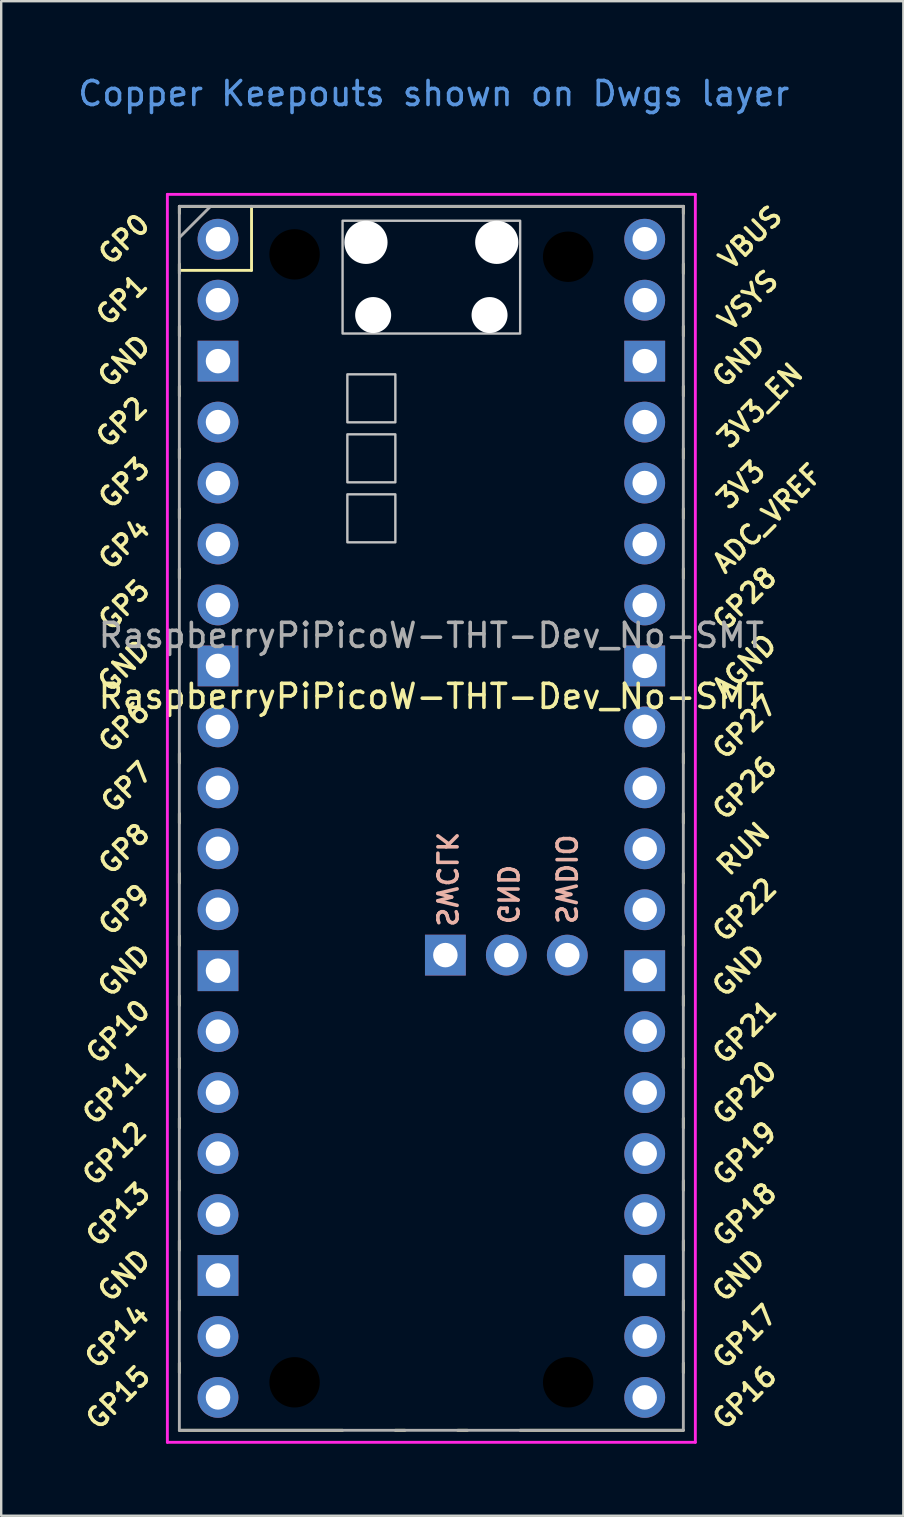
<source format=kicad_pcb>
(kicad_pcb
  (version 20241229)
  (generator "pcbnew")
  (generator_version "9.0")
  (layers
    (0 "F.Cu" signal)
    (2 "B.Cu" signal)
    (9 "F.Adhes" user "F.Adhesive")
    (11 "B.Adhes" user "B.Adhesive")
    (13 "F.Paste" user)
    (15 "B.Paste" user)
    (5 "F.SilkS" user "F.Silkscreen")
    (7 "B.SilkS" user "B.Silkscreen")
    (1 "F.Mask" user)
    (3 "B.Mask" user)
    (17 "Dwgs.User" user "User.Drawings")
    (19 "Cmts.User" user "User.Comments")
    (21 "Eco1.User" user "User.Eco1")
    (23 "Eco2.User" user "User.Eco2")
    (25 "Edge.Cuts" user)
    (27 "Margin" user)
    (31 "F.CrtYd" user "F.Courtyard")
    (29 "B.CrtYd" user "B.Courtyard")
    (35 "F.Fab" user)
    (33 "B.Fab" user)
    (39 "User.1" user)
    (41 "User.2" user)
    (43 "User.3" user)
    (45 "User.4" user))
  (footprint "RaspberryPiPicoW-THT-Dev_No-SMT"
    (layer "F.Cu")
    (at 14.924 31.048)
    (property "Reference" "RaspberryPiPicoW-THT-Dev_No-SMT" (at 0 -5.08 0) (layer "F.SilkS") (effects (font (size 1 1) (thickness 0.15))))
    (attr through_hole)
    (fp_line (start -10.5 -25.5) (end -10.5 -25.2) (stroke (width 0.12) (type solid)) (layer "F.SilkS"))
    (fp_line (start -10.5 -25.5) (end 10.5 -25.5) (stroke (width 0.12) (type solid)) (layer "F.SilkS"))
    (fp_line (start -10.5 -23.1) (end -10.5 -22.7) (stroke (width 0.12) (type solid)) (layer "F.SilkS"))
    (fp_line (start -10.5 -22.833) (end -7.493 -22.833) (stroke (width 0.12) (type solid)) (layer "F.SilkS"))
    (fp_line (start -10.5 -20.5) (end -10.5 -20.1) (stroke (width 0.12) (type solid)) (layer "F.SilkS"))
    (fp_line (start -10.5 -18) (end -10.5 -17.6) (stroke (width 0.12) (type solid)) (layer "F.SilkS"))
    (fp_line (start -10.5 -15.4) (end -10.5 -15) (stroke (width 0.12) (type solid)) (layer "F.SilkS"))
    (fp_line (start -10.5 -12.9) (end -10.5 -12.5) (stroke (width 0.12) (type solid)) (layer "F.SilkS"))
    (fp_line (start -10.5 -10.4) (end -10.5 -10) (stroke (width 0.12) (type solid)) (layer "F.SilkS"))
    (fp_line (start -10.5 -7.8) (end -10.5 -7.4) (stroke (width 0.12) (type solid)) (layer "F.SilkS"))
    (fp_line (start -10.5 -5.3) (end -10.5 -4.9) (stroke (width 0.12) (type solid)) (layer "F.SilkS"))
    (fp_line (start -10.5 -2.7) (end -10.5 -2.3) (stroke (width 0.12) (type solid)) (layer "F.SilkS"))
    (fp_line (start -10.5 -0.2) (end -10.5 0.2) (stroke (width 0.12) (type solid)) (layer "F.SilkS"))
    (fp_line (start -10.5 2.3) (end -10.5 2.7) (stroke (width 0.12) (type solid)) (layer "F.SilkS"))
    (fp_line (start -10.5 4.9) (end -10.5 5.3) (stroke (width 0.12) (type solid)) (layer "F.SilkS"))
    (fp_line (start -10.5 7.4) (end -10.5 7.8) (stroke (width 0.12) (type solid)) (layer "F.SilkS"))
    (fp_line (start -10.5 10) (end -10.5 10.4) (stroke (width 0.12) (type solid)) (layer "F.SilkS"))
    (fp_line (start -10.5 12.5) (end -10.5 12.9) (stroke (width 0.12) (type solid)) (layer "F.SilkS"))
    (fp_line (start -10.5 15.1) (end -10.5 15.5) (stroke (width 0.12) (type solid)) (layer "F.SilkS"))
    (fp_line (start -10.5 17.6) (end -10.5 18) (stroke (width 0.12) (type solid)) (layer "F.SilkS"))
    (fp_line (start -10.5 20.1) (end -10.5 20.5) (stroke (width 0.12) (type solid)) (layer "F.SilkS"))
    (fp_line (start -10.5 22.7) (end -10.5 23.1) (stroke (width 0.12) (type solid)) (layer "F.SilkS"))
    (fp_line (start -7.493 -22.833) (end -7.493 -25.5) (stroke (width 0.12) (type solid)) (layer "F.SilkS"))
    (fp_line (start -3.7 25.5) (end -10.5 25.5) (stroke (width 0.12) (type solid)) (layer "F.SilkS"))
    (fp_line (start -1.5 25.5) (end -1.1 25.5) (stroke (width 0.12) (type solid)) (layer "F.SilkS"))
    (fp_line (start 1.1 25.5) (end 1.5 25.5) (stroke (width 0.12) (type solid)) (layer "F.SilkS"))
    (fp_line (start 10.5 -25.5) (end 10.5 -25.2) (stroke (width 0.12) (type solid)) (layer "F.SilkS"))
    (fp_line (start 10.5 -23.1) (end 10.5 -22.7) (stroke (width 0.12) (type solid)) (layer "F.SilkS"))
    (fp_line (start 10.5 -20.5) (end 10.5 -20.1) (stroke (width 0.12) (type solid)) (layer "F.SilkS"))
    (fp_line (start 10.5 -18) (end 10.5 -17.6) (stroke (width 0.12) (type solid)) (layer "F.SilkS"))
    (fp_line (start 10.5 -15.4) (end 10.5 -15) (stroke (width 0.12) (type solid)) (layer "F.SilkS"))
    (fp_line (start 10.5 -12.9) (end 10.5 -12.5) (stroke (width 0.12) (type solid)) (layer "F.SilkS"))
    (fp_line (start 10.5 -10.4) (end 10.5 -10) (stroke (width 0.12) (type solid)) (layer "F.SilkS"))
    (fp_line (start 10.5 -7.8) (end 10.5 -7.4) (stroke (width 0.12) (type solid)) (layer "F.SilkS"))
    (fp_line (start 10.5 -5.3) (end 10.5 -4.9) (stroke (width 0.12) (type solid)) (layer "F.SilkS"))
    (fp_line (start 10.5 -2.7) (end 10.5 -2.3) (stroke (width 0.12) (type solid)) (layer "F.SilkS"))
    (fp_line (start 10.5 -0.2) (end 10.5 0.2) (stroke (width 0.12) (type solid)) (layer "F.SilkS"))
    (fp_line (start 10.5 2.3) (end 10.5 2.7) (stroke (width 0.12) (type solid)) (layer "F.SilkS"))
    (fp_line (start 10.5 4.9) (end 10.5 5.3) (stroke (width 0.12) (type solid)) (layer "F.SilkS"))
    (fp_line (start 10.5 7.4) (end 10.5 7.8) (stroke (width 0.12) (type solid)) (layer "F.SilkS"))
    (fp_line (start 10.5 10) (end 10.5 10.4) (stroke (width 0.12) (type solid)) (layer "F.SilkS"))
    (fp_line (start 10.5 12.5) (end 10.5 12.9) (stroke (width 0.12) (type solid)) (layer "F.SilkS"))
    (fp_line (start 10.5 15.1) (end 10.5 15.5) (stroke (width 0.12) (type solid)) (layer "F.SilkS"))
    (fp_line (start 10.5 17.6) (end 10.5 18) (stroke (width 0.12) (type solid)) (layer "F.SilkS"))
    (fp_line (start 10.5 20.1) (end 10.5 20.5) (stroke (width 0.12) (type solid)) (layer "F.SilkS"))
    (fp_line (start 10.5 22.7) (end 10.5 23.1) (stroke (width 0.12) (type solid)) (layer "F.SilkS"))
    (fp_line (start 10.5 25.5) (end 3.7 25.5) (stroke (width 0.12) (type solid)) (layer "F.SilkS"))
    (fp_poly (pts (xy -1.5 -16.5) (xy -3.5 -16.5) (xy -3.5 -18.5) (xy -1.5 -18.5)) (stroke (width 0.1) (type solid)) (fill no) (layer "Dwgs.User"))
    (fp_poly (pts (xy -1.5 -14) (xy -3.5 -14) (xy -3.5 -16) (xy -1.5 -16)) (stroke (width 0.1) (type solid)) (fill no) (layer "Dwgs.User"))
    (fp_poly (pts (xy -1.5 -11.5) (xy -3.5 -11.5) (xy -3.5 -13.5) (xy -1.5 -13.5)) (stroke (width 0.1) (type solid)) (fill no) (layer "Dwgs.User"))
    (fp_poly (pts (xy 3.7 -20.2) (xy -3.7 -20.2) (xy -3.7 -24.9) (xy 3.7 -24.9)) (stroke (width 0.1) (type solid)) (fill no) (layer "Dwgs.User"))
    (fp_line (start -11 -26) (end 11 -26) (stroke (width 0.12) (type solid)) (layer "F.CrtYd"))
    (fp_line (start -11 26) (end -11 -26) (stroke (width 0.12) (type solid)) (layer "F.CrtYd"))
    (fp_line (start 11 -26) (end 11 26) (stroke (width 0.12) (type solid)) (layer "F.CrtYd"))
    (fp_line (start 11 26) (end -11 26) (stroke (width 0.12) (type solid)) (layer "F.CrtYd"))
    (fp_line (start -10.5 -25.5) (end 10.5 -25.5) (stroke (width 0.12) (type solid)) (layer "F.Fab"))
    (fp_line (start -10.5 -24.2) (end -9.2 -25.5) (stroke (width 0.12) (type solid)) (layer "F.Fab"))
    (fp_line (start -10.5 25.5) (end -10.5 -25.5) (stroke (width 0.12) (type solid)) (layer "F.Fab"))
    (fp_line (start 10.5 -25.5) (end 10.5 25.5) (stroke (width 0.12) (type solid)) (layer "F.Fab"))
    (fp_line (start 10.5 25.5) (end -10.5 25.5) (stroke (width 0.12) (type solid)) (layer "F.Fab"))
    (fp_text user "GP20" (at 13.054 11.43 45) (layer "F.SilkS") (effects (font (size 0.8 0.8) (thickness 0.15))))
    (fp_text user "GP15" (at -13.054 24.13 45) (layer "F.SilkS") (effects (font (size 0.8 0.8) (thickness 0.15))))
    (fp_text user "GP11" (at -13.2 11.43 45) (layer "F.SilkS") (effects (font (size 0.8 0.8) (thickness 0.15))))
    (fp_text user "GP14" (at -13.1 21.59 45) (layer "F.SilkS") (effects (font (size 0.8 0.8) (thickness 0.15))))
    (fp_text user "GND" (at -12.8 -19.05 45) (layer "F.SilkS") (effects (font (size 0.8 0.8) (thickness 0.15))))
    (fp_text user "GND" (at -12.8 -6.35 45) (layer "F.SilkS") (effects (font (size 0.8 0.8) (thickness 0.15))))
    (fp_text user "GP27" (at 13.054 -3.8 45) (layer "F.SilkS") (effects (font (size 0.8 0.8) (thickness 0.15))))
    (fp_text user "GND" (at 12.8 19.05 45) (layer "F.SilkS") (effects (font (size 0.8 0.8) (thickness 0.15))))
    (fp_text user "GP2" (at -12.9 -16.51 45) (layer "F.SilkS") (effects (font (size 0.8 0.8) (thickness 0.15))))
    (fp_text user "GP3" (at -12.8 -13.97 45) (layer "F.SilkS") (effects (font (size 0.8 0.8) (thickness 0.15))))
    (fp_text user "GP8" (at -12.8 1.27 45) (layer "F.SilkS") (effects (font (size 0.8 0.8) (thickness 0.15))))
    (fp_text user "ADC_VREF" (at 14 -12.5 45) (layer "F.SilkS") (effects (font (size 0.8 0.8) (thickness 0.15))))
    (fp_text user "GP9" (at -12.8 3.81 45) (layer "F.SilkS") (effects (font (size 0.8 0.8) (thickness 0.15))))
    (fp_text user "GND" (at -12.8 19.05 45) (layer "F.SilkS") (effects (font (size 0.8 0.8) (thickness 0.15))))
    (fp_text user "VBUS" (at 13.3 -24.2 45) (layer "F.SilkS") (effects (font (size 0.8 0.8) (thickness 0.15))))
    (fp_text user "GND" (at 12.8 6.35 45) (layer "F.SilkS") (effects (font (size 0.8 0.8) (thickness 0.15))))
    (fp_text user "GP16" (at 13.054 24.13 45) (layer "F.SilkS") (effects (font (size 0.8 0.8) (thickness 0.15))))
    (fp_text user "VSYS" (at 13.2 -21.59 45) (layer "F.SilkS") (effects (font (size 0.8 0.8) (thickness 0.15))))
    (fp_text user "GP4" (at -12.8 -11.43 45) (layer "F.SilkS") (effects (font (size 0.8 0.8) (thickness 0.15))))
    (fp_text user "3V3" (at 12.9 -13.9 45) (layer "F.SilkS") (effects (font (size 0.8 0.8) (thickness 0.15))))
    (fp_text user "GP22" (at 13.054 3.81 45) (layer "F.SilkS") (effects (font (size 0.8 0.8) (thickness 0.15))))
    (fp_text user "GP7" (at -12.7 -1.3 45) (layer "F.SilkS") (effects (font (size 0.8 0.8) (thickness 0.15))))
    (fp_text user "GND" (at 12.8 -19.05 45) (layer "F.SilkS") (effects (font (size 0.8 0.8) (thickness 0.15))))
    (fp_text user "GP10" (at -13.054 8.89 45) (layer "F.SilkS") (effects (font (size 0.8 0.8) (thickness 0.15))))
    (fp_text user "AGND" (at 13.054 -6.35 45) (layer "F.SilkS") (effects (font (size 0.8 0.8) (thickness 0.15))))
    (fp_text user "GP5" (at -12.8 -8.89 45) (layer "F.SilkS") (effects (font (size 0.8 0.8) (thickness 0.15))))
    (fp_text user "GP17" (at 13.054 21.59 45) (layer "F.SilkS") (effects (font (size 0.8 0.8) (thickness 0.15))))
    (fp_text user "GP19" (at 13.054 13.97 45) (layer "F.SilkS") (effects (font (size 0.8 0.8) (thickness 0.15))))
    (fp_text user "GP13" (at -13.054 16.51 45) (layer "F.SilkS") (effects (font (size 0.8 0.8) (thickness 0.15))))
    (fp_text user "GP1" (at -12.9 -21.6 45) (layer "F.SilkS") (effects (font (size 0.8 0.8) (thickness 0.15))))
    (fp_text user "GP21" (at 13.054 8.9 45) (layer "F.SilkS") (effects (font (size 0.8 0.8) (thickness 0.15))))
    (fp_text user "GP6" (at -12.8 -3.81 45) (layer "F.SilkS") (effects (font (size 0.8 0.8) (thickness 0.15))))
    (fp_text user "3V3_EN" (at 13.7 -17.2 45) (layer "F.SilkS") (effects (font (size 0.8 0.8) (thickness 0.15))))
    (fp_text user "GND" (at -12.8 6.35 45) (layer "F.SilkS") (effects (font (size 0.8 0.8) (thickness 0.15))))
    (fp_text user "GP18" (at 13.054 16.51 45) (layer "F.SilkS") (effects (font (size 0.8 0.8) (thickness 0.15))))
    (fp_text user "GP28" (at 13.054 -9.144 45) (layer "F.SilkS") (effects (font (size 0.8 0.8) (thickness 0.15))))
    (fp_text user "GP0" (at -12.8 -24.13 45) (layer "F.SilkS") (effects (font (size 0.8 0.8) (thickness 0.15))))
    (fp_text user "GP12" (at -13.2 13.97 45) (layer "F.SilkS") (effects (font (size 0.8 0.8) (thickness 0.15))))
    (fp_text user "RUN" (at 13 1.27 45) (layer "F.SilkS") (effects (font (size 0.8 0.8) (thickness 0.15))))
    (fp_text user "GP26" (at 13.054 -1.27 45) (layer "F.SilkS") (effects (font (size 0.8 0.8) (thickness 0.15))))
    (fp_text user "GND" (at 3.175 3.175 270) (unlocked yes) (layer "B.SilkS") (effects (font (size 0.8 0.8) (thickness 0.15)) (justify mirror)))
    (fp_text user "SWCLK" (at 0.635 2.54 270) (unlocked yes) (layer "B.SilkS") (effects (font (size 0.8 0.8) (thickness 0.15)) (justify mirror)))
    (fp_text user "SWDIO" (at 5.6 2.54 270) (unlocked yes) (layer "B.SilkS") (effects (font (size 0.8 0.8) (thickness 0.15)) (justify mirror)))
    (fp_text user "Copper Keepouts shown on Dwgs layer" (at 0.1 -30.2 0) (layer "Cmts.User") (effects (font (size 1 1) (thickness 0.15))))
    (fp_text user "${REFERENCE}" (at 0 -7.62 180) (layer "F.Fab") (effects (font (size 1 1) (thickness 0.15))))
    (pad "" np_thru_hole circle (at -5.7 -23.5) (size 2.1 2.1) (drill 2.1) (layers "*.Mask"))
    (pad "" np_thru_hole circle (at -5.7 23.5) (size 2.1 2.1) (drill 2.1) (layers "*.Mask"))
    (pad "" np_thru_hole oval (at -2.725 -24) (size 1.8 1.8) (drill 1.8) (layers "*.Cu" "*.Mask"))
    (pad "" np_thru_hole oval (at -2.425 -20.97) (size 1.5 1.5) (drill 1.5) (layers "*.Cu" "*.Mask"))
    (pad "" np_thru_hole oval (at 2.425 -20.97) (size 1.5 1.5) (drill 1.5) (layers "*.Cu" "*.Mask"))
    (pad "" np_thru_hole oval (at 2.725 -24) (size 1.8 1.8) (drill 1.8) (layers "*.Cu" "*.Mask"))
    (pad "" np_thru_hole circle (at 5.7 -23.4) (size 2.1 2.1) (drill 2.1) (layers "*.Mask"))
    (pad "" np_thru_hole circle (at 5.7 23.5) (size 2.1 2.1) (drill 2.1) (layers "*.Mask"))
    (pad "1" thru_hole oval (at -8.89 -24.13) (size 1.7 1.7) (drill 1.02) (layers "*.Cu" "*.Mask"))
    (pad "2" thru_hole oval (at -8.89 -21.59) (size 1.7 1.7) (drill 1.02) (layers "*.Cu" "*.Mask"))
    (pad "3" thru_hole rect (at -8.89 -19.05) (size 1.7 1.7) (drill 1.02) (layers "*.Cu" "*.Mask"))
    (pad "4" thru_hole oval (at -8.89 -16.51) (size 1.7 1.7) (drill 1.02) (layers "*.Cu" "*.Mask"))
    (pad "5" thru_hole oval (at -8.89 -13.97) (size 1.7 1.7) (drill 1.02) (layers "*.Cu" "*.Mask"))
    (pad "6" thru_hole oval (at -8.89 -11.43) (size 1.7 1.7) (drill 1.02) (layers "*.Cu" "*.Mask"))
    (pad "7" thru_hole oval (at -8.89 -8.89) (size 1.7 1.7) (drill 1.02) (layers "*.Cu" "*.Mask"))
    (pad "8" thru_hole rect (at -8.89 -6.35) (size 1.7 1.7) (drill 1.02) (layers "*.Cu" "*.Mask"))
    (pad "9" thru_hole oval (at -8.89 -3.81) (size 1.7 1.7) (drill 1.02) (layers "*.Cu" "*.Mask"))
    (pad "10" thru_hole oval (at -8.89 -1.27) (size 1.7 1.7) (drill 1.02) (layers "*.Cu" "*.Mask"))
    (pad "11" thru_hole oval (at -8.89 1.27) (size 1.7 1.7) (drill 1.02) (layers "*.Cu" "*.Mask"))
    (pad "12" thru_hole oval (at -8.89 3.81) (size 1.7 1.7) (drill 1.02) (layers "*.Cu" "*.Mask"))
    (pad "13" thru_hole rect (at -8.89 6.35) (size 1.7 1.7) (drill 1.02) (layers "*.Cu" "*.Mask"))
    (pad "14" thru_hole oval (at -8.89 8.89) (size 1.7 1.7) (drill 1.02) (layers "*.Cu" "*.Mask"))
    (pad "15" thru_hole oval (at -8.89 11.43) (size 1.7 1.7) (drill 1.02) (layers "*.Cu" "*.Mask"))
    (pad "16" thru_hole oval (at -8.89 13.97) (size 1.7 1.7) (drill 1.02) (layers "*.Cu" "*.Mask"))
    (pad "17" thru_hole oval (at -8.89 16.51) (size 1.7 1.7) (drill 1.02) (layers "*.Cu" "*.Mask"))
    (pad "18" thru_hole rect (at -8.89 19.05) (size 1.7 1.7) (drill 1.02) (layers "*.Cu" "*.Mask"))
    (pad "19" thru_hole oval (at -8.89 21.59) (size 1.7 1.7) (drill 1.02) (layers "*.Cu" "*.Mask"))
    (pad "20" thru_hole oval (at -8.89 24.13) (size 1.7 1.7) (drill 1.02) (layers "*.Cu" "*.Mask"))
    (pad "21" thru_hole oval (at 8.89 24.13) (size 1.7 1.7) (drill 1.02) (layers "*.Cu" "*.Mask"))
    (pad "22" thru_hole oval (at 8.89 21.59) (size 1.7 1.7) (drill 1.02) (layers "*.Cu" "*.Mask"))
    (pad "23" thru_hole rect (at 8.89 19.05) (size 1.7 1.7) (drill 1.02) (layers "*.Cu" "*.Mask"))
    (pad "24" thru_hole oval (at 8.89 16.51) (size 1.7 1.7) (drill 1.02) (layers "*.Cu" "*.Mask"))
    (pad "25" thru_hole oval (at 8.89 13.97) (size 1.7 1.7) (drill 1.02) (layers "*.Cu" "*.Mask"))
    (pad "26" thru_hole oval (at 8.89 11.43) (size 1.7 1.7) (drill 1.02) (layers "*.Cu" "*.Mask"))
    (pad "27" thru_hole oval (at 8.89 8.89) (size 1.7 1.7) (drill 1.02) (layers "*.Cu" "*.Mask"))
    (pad "28" thru_hole rect (at 8.89 6.35) (size 1.7 1.7) (drill 1.02) (layers "*.Cu" "*.Mask"))
    (pad "29" thru_hole oval (at 8.89 3.81) (size 1.7 1.7) (drill 1.02) (layers "*.Cu" "*.Mask"))
    (pad "30" thru_hole oval (at 8.89 1.27) (size 1.7 1.7) (drill 1.02) (layers "*.Cu" "*.Mask"))
    (pad "31" thru_hole oval (at 8.89 -1.27) (size 1.7 1.7) (drill 1.02) (layers "*.Cu" "*.Mask"))
    (pad "32" thru_hole oval (at 8.89 -3.81) (size 1.7 1.7) (drill 1.02) (layers "*.Cu" "*.Mask"))
    (pad "33" thru_hole rect (at 8.89 -6.35) (size 1.7 1.7) (drill 1.02) (layers "*.Cu" "*.Mask"))
    (pad "34" thru_hole oval (at 8.89 -8.89) (size 1.7 1.7) (drill 1.02) (layers "*.Cu" "*.Mask"))
    (pad "35" thru_hole oval (at 8.89 -11.43) (size 1.7 1.7) (drill 1.02) (layers "*.Cu" "*.Mask"))
    (pad "36" thru_hole oval (at 8.89 -13.97) (size 1.7 1.7) (drill 1.02) (layers "*.Cu" "*.Mask"))
    (pad "37" thru_hole oval (at 8.89 -16.51) (size 1.7 1.7) (drill 1.02) (layers "*.Cu" "*.Mask"))
    (pad "38" thru_hole rect (at 8.89 -19.05) (size 1.7 1.7) (drill 1.02) (layers "*.Cu" "*.Mask"))
    (pad "39" thru_hole oval (at 8.89 -21.59) (size 1.7 1.7) (drill 1.02) (layers "*.Cu" "*.Mask"))
    (pad "40" thru_hole oval (at 8.89 -24.13) (size 1.7 1.7) (drill 1.02) (layers "*.Cu" "*.Mask"))
    (pad "41" thru_hole rect (at 0.584 5.7) (size 1.7 1.7) (drill 1.02) (layers "*.Cu" "*.Mask"))
    (pad "42" thru_hole circle (at 3.124 5.7) (size 1.7 1.7) (drill 1.02) (layers "*.Cu" "*.Mask"))
    (pad "43" thru_hole oval (at 5.664 5.7) (size 1.7 1.7) (drill 1.02) (layers "*.Cu" "*.Mask")))
  (gr_rect
    (start -3 -3)
    (end 34.591 60.108)
    (stroke (width 0.1) (type default))
    (fill no)
    (layer "Edge.Cuts")))
</source>
